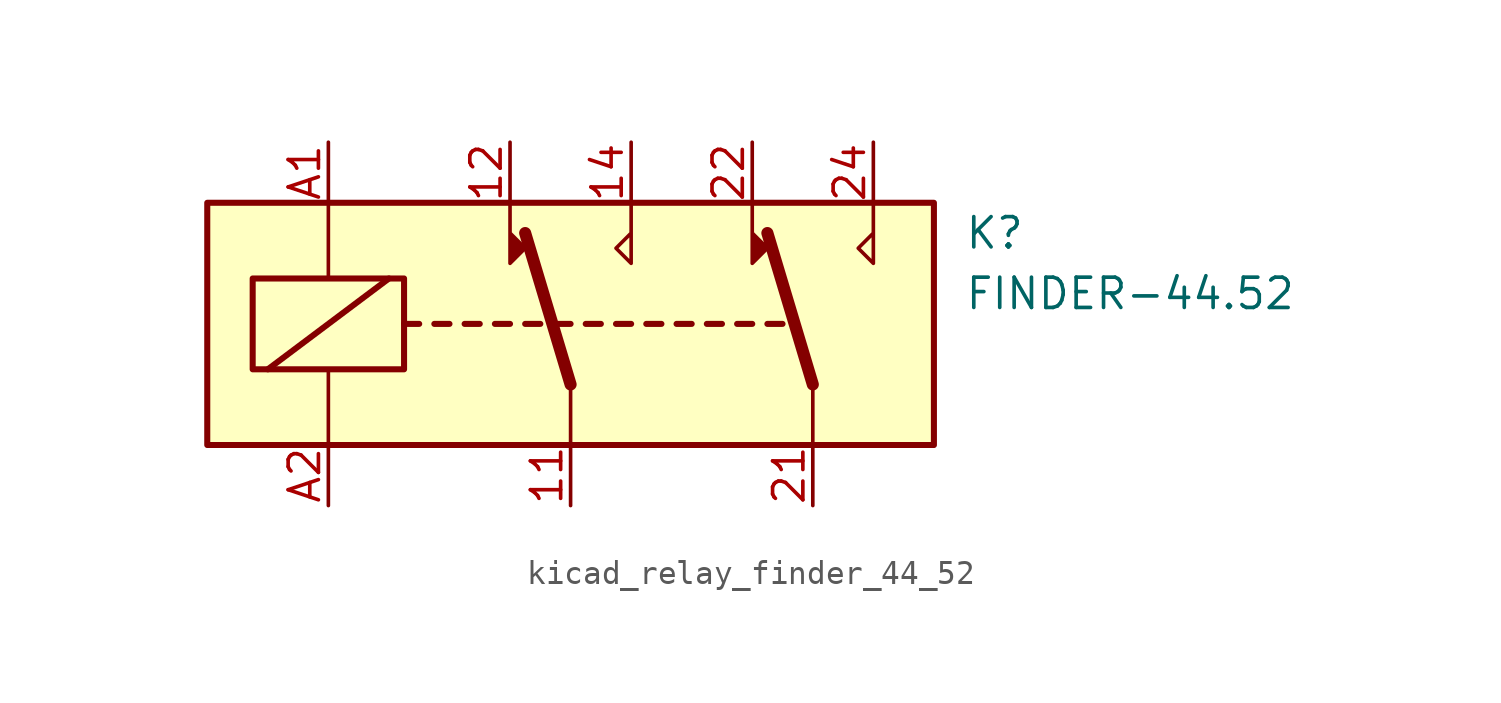
<source format=kicad_sym>
(kicad_symbol_lib
  (version 20220914)
  (generator kicad_symbol_editor)
  (symbol "kicad_relay_finder_44_52"
    (property "Reference" "K"
      (at 16.51 3.81 0)
      (effects (font (size 1.27 1.27)) (justify left)))
    (property "Value" "FINDER-44.52"
      (at 16.51 1.27 0)
      (effects (font (size 1.27 1.27)) (justify left)))
    (symbol "kicad_relay_finder_44_52_0_1"
      (rectangle (start -15.24 5.08) (end 15.24 -5.08) (stroke (width 0.254) (type default)) (fill (type background)))
      (rectangle (start -13.335 1.905) (end -6.985 -1.905) (stroke (width 0.254) (type default)) (fill (type none)))
      (polyline (pts (xy -12.7 -1.905) (xy -7.62 1.905)) (stroke (width 0.254) (type default)) (fill (type none)))
      (polyline (pts (xy -10.16 -5.08) (xy -10.16 -1.905)) (stroke (width 0) (type default)) (fill (type none)))
      (polyline (pts (xy -10.16 5.08) (xy -10.16 1.905)) (stroke (width 0) (type default)) (fill (type none)))
      (polyline (pts (xy -6.985 0) (xy -6.35 0)) (stroke (width 0.254) (type default)) (fill (type none)))
      (polyline (pts (xy -5.715 0) (xy -5.08 0)) (stroke (width 0.254) (type default)) (fill (type none)))
      (polyline (pts (xy -4.445 0) (xy -3.81 0)) (stroke (width 0.254) (type default)) (fill (type none)))
      (polyline (pts (xy -3.175 0) (xy -2.54 0)) (stroke (width 0.254) (type default)) (fill (type none)))
      (polyline (pts (xy -1.905 0) (xy -1.27 0)) (stroke (width 0.254) (type default)) (fill (type none)))
      (polyline (pts (xy -0.635 0) (xy 0 0)) (stroke (width 0.254) (type default)) (fill (type none)))
      (polyline (pts (xy 0 -2.54) (xy -1.905 3.81)) (stroke (width 0.508) (type default)) (fill (type none)))
      (polyline (pts (xy 0 -2.54) (xy 0 -5.08)) (stroke (width 0) (type default)) (fill (type none)))
      (polyline (pts (xy 0.635 0) (xy 1.27 0)) (stroke (width 0.254) (type default)) (fill (type none)))
      (polyline (pts (xy 1.905 0) (xy 2.54 0)) (stroke (width 0.254) (type default)) (fill (type none)))
      (polyline (pts (xy 3.175 0) (xy 3.81 0)) (stroke (width 0.254) (type default)) (fill (type none)))
      (polyline (pts (xy 4.445 0) (xy 5.08 0)) (stroke (width 0.254) (type default)) (fill (type none)))
      (polyline (pts (xy 5.715 0) (xy 6.35 0)) (stroke (width 0.254) (type default)) (fill (type none)))
      (polyline (pts (xy 6.985 0) (xy 7.62 0)) (stroke (width 0.254) (type default)) (fill (type none)))
      (polyline (pts (xy 8.255 0) (xy 8.89 0)) (stroke (width 0.254) (type default)) (fill (type none)))
      (polyline (pts (xy 10.16 -2.54) (xy 8.255 3.81)) (stroke (width 0.508) (type default)) (fill (type none)))
      (polyline (pts (xy 10.16 -2.54) (xy 10.16 -5.08)) (stroke (width 0) (type default)) (fill (type none)))
      (polyline (pts (xy -2.54 5.08) (xy -2.54 2.54) (xy -1.905 3.175) (xy -2.54 3.81)) (stroke (width 0) (type default)) (fill (type outline)))
      (polyline (pts (xy 2.54 5.08) (xy 2.54 2.54) (xy 1.905 3.175) (xy 2.54 3.81)) (stroke (width 0) (type default)) (fill (type none)))
      (polyline (pts (xy 7.62 5.08) (xy 7.62 2.54) (xy 8.255 3.175) (xy 7.62 3.81)) (stroke (width 0) (type default)) (fill (type outline)))
      (polyline (pts (xy 12.7 5.08) (xy 12.7 2.54) (xy 12.065 3.175) (xy 12.7 3.81)) (stroke (width 0) (type default)) (fill (type none))))
    (symbol "kicad_relay_finder_44_52_1_1"
      (pin passive line (at 0 -7.62 90) (length 2.54) (name "~" (effects (font (size 1.27 1.27)))) (number "11" (effects (font (size 1.27 1.27)))))
      (pin passive line (at -2.54 7.62 270) (length 2.54) (name "~" (effects (font (size 1.27 1.27)))) (number "12" (effects (font (size 1.27 1.27)))))
      (pin passive line (at 2.54 7.62 270) (length 2.54) (name "~" (effects (font (size 1.27 1.27)))) (number "14" (effects (font (size 1.27 1.27)))))
      (pin passive line (at 10.16 -7.62 90) (length 2.54) (name "~" (effects (font (size 1.27 1.27)))) (number "21" (effects (font (size 1.27 1.27)))))
      (pin passive line (at 7.62 7.62 270) (length 2.54) (name "~" (effects (font (size 1.27 1.27)))) (number "22" (effects (font (size 1.27 1.27)))))
      (pin passive line (at 12.7 7.62 270) (length 2.54) (name "~" (effects (font (size 1.27 1.27)))) (number "24" (effects (font (size 1.27 1.27)))))
      (pin passive line (at -10.16 7.62 270) (length 2.54) (name "~" (effects (font (size 1.27 1.27)))) (number "A1" (effects (font (size 1.27 1.27)))))
      (pin passive line (at -10.16 -7.62 90) (length 2.54) (name "~" (effects (font (size 1.27 1.27)))) (number "A2" (effects (font (size 1.27 1.27))))))))
</source>
